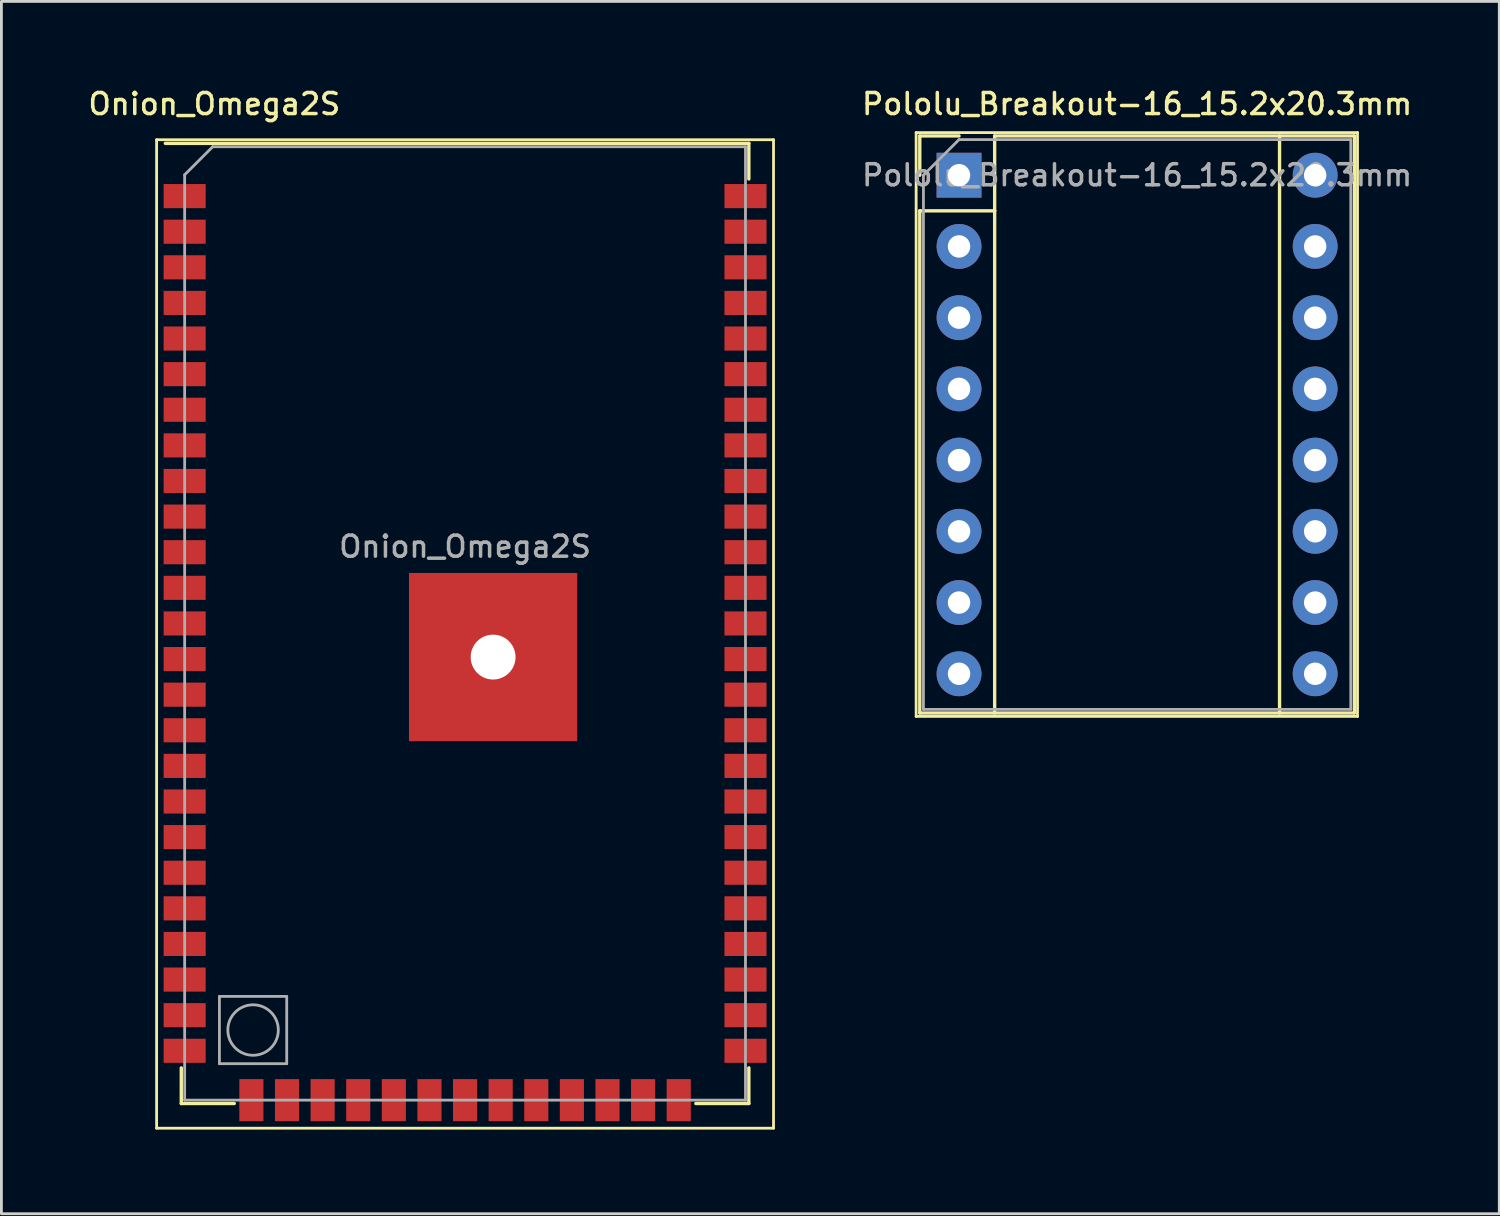
<source format=kicad_pcb>
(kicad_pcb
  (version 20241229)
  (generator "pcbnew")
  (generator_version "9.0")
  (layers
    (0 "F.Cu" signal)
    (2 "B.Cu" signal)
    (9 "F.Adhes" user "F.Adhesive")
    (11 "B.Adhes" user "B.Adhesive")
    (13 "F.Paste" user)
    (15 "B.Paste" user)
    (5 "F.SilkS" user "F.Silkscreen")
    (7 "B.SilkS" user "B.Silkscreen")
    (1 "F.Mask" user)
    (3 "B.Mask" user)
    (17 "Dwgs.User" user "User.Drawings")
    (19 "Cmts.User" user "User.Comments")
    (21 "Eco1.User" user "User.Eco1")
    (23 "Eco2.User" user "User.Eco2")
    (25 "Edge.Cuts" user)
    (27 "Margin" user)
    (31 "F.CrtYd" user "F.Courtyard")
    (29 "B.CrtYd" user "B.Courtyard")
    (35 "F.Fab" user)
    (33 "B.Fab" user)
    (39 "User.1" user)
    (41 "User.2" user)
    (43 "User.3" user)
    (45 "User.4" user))
  (footprint "Pololu_Breakout-16_15.2x20.3mm"
    (layer "F.Cu")
    (at 31.151 3.198)
    (property "Reference" "Pololu_Breakout-16_15.2x20.3mm" (at 6.35 -2.54 0) (layer "F.SilkS") (effects (font (size 0.75 0.75) (thickness 0.125))))
    (attr through_hole)
    (fp_line (start -1.53 -1.52) (end -1.53 19.3) (stroke (width 0.1) (type solid)) (layer "F.SilkS"))
    (fp_line (start -1.53 -1.52) (end 14.21 -1.52) (stroke (width 0.1) (type solid)) (layer "F.SilkS"))
    (fp_line (start -1.4 -1.4) (end -1.4 0) (stroke (width 0.12) (type solid)) (layer "F.SilkS"))
    (fp_line (start -1.4 1.27) (end -1.4 19.18) (stroke (width 0.12) (type solid)) (layer "F.SilkS"))
    (fp_line (start -1.4 19.18) (end 14.1 19.18) (stroke (width 0.12) (type solid)) (layer "F.SilkS"))
    (fp_line (start 0 -1.4) (end -1.4 -1.4) (stroke (width 0.12) (type solid)) (layer "F.SilkS"))
    (fp_line (start 1.27 -1.4) (end 1.27 1.27) (stroke (width 0.12) (type solid)) (layer "F.SilkS"))
    (fp_line (start 1.27 1.27) (end -1.4 1.27) (stroke (width 0.12) (type solid)) (layer "F.SilkS"))
    (fp_line (start 1.27 1.27) (end 1.27 19.18) (stroke (width 0.12) (type solid)) (layer "F.SilkS"))
    (fp_line (start 11.43 -1.4) (end 11.43 19.18) (stroke (width 0.12) (type solid)) (layer "F.SilkS"))
    (fp_line (start 14.1 -1.4) (end 1.27 -1.4) (stroke (width 0.12) (type solid)) (layer "F.SilkS"))
    (fp_line (start 14.1 19.18) (end 14.1 -1.4) (stroke (width 0.12) (type solid)) (layer "F.SilkS"))
    (fp_line (start 14.21 19.3) (end -1.53 19.3) (stroke (width 0.1) (type solid)) (layer "F.SilkS"))
    (fp_line (start 14.21 19.3) (end 14.21 -1.52) (stroke (width 0.1) (type solid)) (layer "F.SilkS"))
    (fp_line (start -1.27 0) (end 0 -1.27) (stroke (width 0.1) (type solid)) (layer "F.Fab"))
    (fp_line (start -1.27 19.05) (end -1.27 0) (stroke (width 0.1) (type solid)) (layer "F.Fab"))
    (fp_line (start 0 -1.27) (end 13.97 -1.27) (stroke (width 0.1) (type solid)) (layer "F.Fab"))
    (fp_line (start 13.97 -1.27) (end 13.97 19.05) (stroke (width 0.1) (type solid)) (layer "F.Fab"))
    (fp_line (start 13.97 19.05) (end -1.27 19.05) (stroke (width 0.1) (type solid)) (layer "F.Fab"))
    (fp_text user "${REFERENCE}" (at 6.35 0 0) (layer "F.Fab") (effects (font (size 0.75 0.75) (thickness 0.125))))
    (pad "1" thru_hole rect (at 0 0) (size 1.6 1.6) (drill 0.8) (layers "*.Cu" "*.Mask"))
    (pad "2" thru_hole oval (at 0 2.54) (size 1.6 1.6) (drill 0.8) (layers "*.Cu" "*.Mask"))
    (pad "3" thru_hole oval (at 0 5.08) (size 1.6 1.6) (drill 0.8) (layers "*.Cu" "*.Mask"))
    (pad "4" thru_hole oval (at 0 7.62) (size 1.6 1.6) (drill 0.8) (layers "*.Cu" "*.Mask"))
    (pad "5" thru_hole oval (at 0 10.16) (size 1.6 1.6) (drill 0.8) (layers "*.Cu" "*.Mask"))
    (pad "6" thru_hole oval (at 0 12.7) (size 1.6 1.6) (drill 0.8) (layers "*.Cu" "*.Mask"))
    (pad "7" thru_hole oval (at 0 15.24) (size 1.6 1.6) (drill 0.8) (layers "*.Cu" "*.Mask"))
    (pad "8" thru_hole oval (at 0 17.78) (size 1.6 1.6) (drill 0.8) (layers "*.Cu" "*.Mask"))
    (pad "9" thru_hole oval (at 12.7 17.78) (size 1.6 1.6) (drill 0.8) (layers "*.Cu" "*.Mask"))
    (pad "10" thru_hole oval (at 12.7 15.24) (size 1.6 1.6) (drill 0.8) (layers "*.Cu" "*.Mask"))
    (pad "11" thru_hole oval (at 12.7 12.7) (size 1.6 1.6) (drill 0.8) (layers "*.Cu" "*.Mask"))
    (pad "12" thru_hole oval (at 12.7 10.16) (size 1.6 1.6) (drill 0.8) (layers "*.Cu" "*.Mask"))
    (pad "13" thru_hole oval (at 12.7 7.62) (size 1.6 1.6) (drill 0.8) (layers "*.Cu" "*.Mask"))
    (pad "14" thru_hole oval (at 12.7 5.08) (size 1.6 1.6) (drill 0.8) (layers "*.Cu" "*.Mask"))
    (pad "15" thru_hole oval (at 12.7 2.54) (size 1.6 1.6) (drill 0.8) (layers "*.Cu" "*.Mask"))
    (pad "16" thru_hole oval (at 12.7 0) (size 1.6 1.6) (drill 0.8) (layers "*.Cu" "*.Mask")))
  (footprint "Onion_Omega2S"
    (layer "F.Cu")
    (at 13.535 19.183)
    (property "Reference" "Onion_Omega2S" (at -8.94 -18.525 0) (layer "F.SilkS") (effects (font (size 0.75 0.75) (thickness 0.125))))
    (attr smd)
    (fp_line (start -11 -17.25) (end -11 18) (stroke (width 0.1) (type solid)) (layer "F.SilkS"))
    (fp_line (start -11 18) (end 11 18) (stroke (width 0.1) (type solid)) (layer "F.SilkS"))
    (fp_line (start -10.12 15.85) (end -10.12 17.12) (stroke (width 0.12) (type solid)) (layer "F.SilkS"))
    (fp_line (start -10.12 17.12) (end -8.23 17.12) (stroke (width 0.12) (type solid)) (layer "F.SilkS"))
    (fp_line (start 8.23 17.12) (end 10.12 17.12) (stroke (width 0.12) (type solid)) (layer "F.SilkS"))
    (fp_line (start 10.12 -17.12) (end -10.69 -17.12) (stroke (width 0.12) (type solid)) (layer "F.SilkS"))
    (fp_line (start 10.12 -17.12) (end 10.12 -15.85) (stroke (width 0.12) (type solid)) (layer "F.SilkS"))
    (fp_line (start 10.12 15.85) (end 10.12 17.12) (stroke (width 0.12) (type solid)) (layer "F.SilkS"))
    (fp_line (start 11 -17.25) (end -11 -17.25) (stroke (width 0.1) (type solid)) (layer "F.SilkS"))
    (fp_line (start 11 18) (end 11 -17.25) (stroke (width 0.1) (type solid)) (layer "F.SilkS"))
    (fp_line (start -10 -16) (end -10 17) (stroke (width 0.1) (type solid)) (layer "F.Fab"))
    (fp_line (start -10 -16) (end -9 -17) (stroke (width 0.1) (type solid)) (layer "F.Fab"))
    (fp_line (start -10 17) (end 10 17) (stroke (width 0.1) (type solid)) (layer "F.Fab"))
    (fp_line (start -8.76 13.3) (end -8.76 15.7) (stroke (width 0.1) (type solid)) (layer "F.Fab"))
    (fp_line (start -8.76 15.7) (end -6.36 15.7) (stroke (width 0.1) (type solid)) (layer "F.Fab"))
    (fp_line (start -6.36 13.3) (end -8.76 13.3) (stroke (width 0.1) (type solid)) (layer "F.Fab"))
    (fp_line (start -6.36 15.7) (end -6.36 13.3) (stroke (width 0.1) (type solid)) (layer "F.Fab"))
    (fp_line (start 10 -17) (end -9 -17) (stroke (width 0.1) (type solid)) (layer "F.Fab"))
    (fp_line (start 10 17) (end 10 -17) (stroke (width 0.1) (type solid)) (layer "F.Fab"))
    (fp_circle (center -7.56 14.5) (end -6.66 14.5) (stroke (width 0.1) (type solid)) (fill no) (layer "F.Fab"))
    (fp_text user "${REFERENCE}" (at 0 -2.74 0) (layer "F.Fab") (effects (font (size 0.75 0.75) (thickness 0.125))))
    (pad "" smd roundrect (at -1.333 -1.123) (size 0.75 0.75) (layers "F.Paste") (roundrect_rratio 0.25))
    (pad "" smd roundrect (at -1.333 0.041) (size 0.75 0.75) (layers "F.Paste") (roundrect_rratio 0.25))
    (pad "" smd roundrect (at -1.333 1.205) (size 0.75 0.75) (layers "F.Paste") (roundrect_rratio 0.25))
    (pad "" smd roundrect (at -1.333 2.369) (size 0.75 0.75) (layers "F.Paste") (roundrect_rratio 0.25))
    (pad "" smd roundrect (at -1.333 3.533) (size 0.75 0.75) (layers "F.Paste") (roundrect_rratio 0.25))
    (pad "" smd roundrect (at -0.167 -1.123) (size 0.75 0.75) (layers "F.Paste") (roundrect_rratio 0.25))
    (pad "" smd roundrect (at -0.167 0.041) (size 0.75 0.75) (layers "F.Paste") (roundrect_rratio 0.25))
    (pad "" smd roundrect (at -0.167 1.205) (size 0.75 0.75) (layers "F.Paste") (roundrect_rratio 0.25))
    (pad "" smd roundrect (at -0.167 2.369) (size 0.75 0.75) (layers "F.Paste") (roundrect_rratio 0.25))
    (pad "" smd roundrect (at -0.167 3.533) (size 0.75 0.75) (layers "F.Paste") (roundrect_rratio 0.25))
    (pad "" smd roundrect (at 0.999 -1.123) (size 0.75 0.75) (layers "F.Paste") (roundrect_rratio 0.25))
    (pad "" smd roundrect (at 0.999 0.041) (size 0.75 0.75) (layers "F.Paste") (roundrect_rratio 0.25))
    (pad "" smd roundrect (at 0.999 1.205) (size 0.75 0.75) (layers "F.Paste") (roundrect_rratio 0.25))
    (pad "" smd roundrect (at 0.999 2.369) (size 0.75 0.75) (layers "F.Paste") (roundrect_rratio 0.25))
    (pad "" smd roundrect (at 0.999 3.533) (size 0.75 0.75) (layers "F.Paste") (roundrect_rratio 0.25))
    (pad "" np_thru_hole circle (at 1 1.2) (size 1.6 1.6) (drill 1.6) (layers "*.Cu" "*.Mask"))
    (pad "" smd roundrect (at 2.164 -1.123) (size 0.75 0.75) (layers "F.Paste") (roundrect_rratio 0.25))
    (pad "" smd roundrect (at 2.164 0.041) (size 0.75 0.75) (layers "F.Paste") (roundrect_rratio 0.25))
    (pad "" smd roundrect (at 2.164 1.205) (size 0.75 0.75) (layers "F.Paste") (roundrect_rratio 0.25))
    (pad "" smd roundrect (at 2.164 2.369) (size 0.75 0.75) (layers "F.Paste") (roundrect_rratio 0.25))
    (pad "" smd roundrect (at 2.164 3.533) (size 0.75 0.75) (layers "F.Paste") (roundrect_rratio 0.25))
    (pad "" smd roundrect (at 3.33 -1.123) (size 0.75 0.75) (layers "F.Paste") (roundrect_rratio 0.25))
    (pad "" smd roundrect (at 3.33 0.041) (size 0.75 0.75) (layers "F.Paste") (roundrect_rratio 0.25))
    (pad "" smd roundrect (at 3.33 1.205) (size 0.75 0.75) (layers "F.Paste") (roundrect_rratio 0.25))
    (pad "" smd roundrect (at 3.33 2.369) (size 0.75 0.75) (layers "F.Paste") (roundrect_rratio 0.25))
    (pad "" smd roundrect (at 3.33 3.533) (size 0.75 0.75) (layers "F.Paste") (roundrect_rratio 0.25))
    (pad "1" smd rect (at -10 -15.24) (size 1.5 0.86) (layers "F.Cu" "F.Mask" "F.Paste"))
    (pad "2" smd rect (at -10 -13.97) (size 1.5 0.86) (layers "F.Cu" "F.Mask" "F.Paste"))
    (pad "3" smd rect (at -10 -12.7) (size 1.5 0.86) (layers "F.Cu" "F.Mask" "F.Paste"))
    (pad "4" smd rect (at -10 -11.43) (size 1.5 0.86) (layers "F.Cu" "F.Mask" "F.Paste"))
    (pad "5" smd rect (at -10 -10.16) (size 1.5 0.86) (layers "F.Cu" "F.Mask" "F.Paste"))
    (pad "6" smd rect (at -10 -8.89) (size 1.5 0.86) (layers "F.Cu" "F.Mask" "F.Paste"))
    (pad "7" smd rect (at -10 -7.62) (size 1.5 0.86) (layers "F.Cu" "F.Mask" "F.Paste"))
    (pad "8" smd rect (at -10 -6.35) (size 1.5 0.86) (layers "F.Cu" "F.Mask" "F.Paste"))
    (pad "9" smd rect (at -10 -5.08) (size 1.5 0.86) (layers "F.Cu" "F.Mask" "F.Paste"))
    (pad "10" smd rect (at -10 -3.81) (size 1.5 0.86) (layers "F.Cu" "F.Mask" "F.Paste"))
    (pad "11" smd rect (at -10 -2.54) (size 1.5 0.86) (layers "F.Cu" "F.Mask" "F.Paste"))
    (pad "12" smd rect (at -10 -1.27) (size 1.5 0.86) (layers "F.Cu" "F.Mask" "F.Paste"))
    (pad "13" smd rect (at -10 0) (size 1.5 0.86) (layers "F.Cu" "F.Mask" "F.Paste"))
    (pad "14" smd rect (at -10 1.27) (size 1.5 0.86) (layers "F.Cu" "F.Mask" "F.Paste"))
    (pad "15" smd rect (at -10 2.54) (size 1.5 0.86) (layers "F.Cu" "F.Mask" "F.Paste"))
    (pad "16" smd rect (at -10 3.81) (size 1.5 0.86) (layers "F.Cu" "F.Mask" "F.Paste"))
    (pad "17" smd rect (at -10 5.08) (size 1.5 0.86) (layers "F.Cu" "F.Mask" "F.Paste"))
    (pad "18" smd rect (at -10 6.35) (size 1.5 0.86) (layers "F.Cu" "F.Mask" "F.Paste"))
    (pad "19" smd rect (at -10 7.62) (size 1.5 0.86) (layers "F.Cu" "F.Mask" "F.Paste"))
    (pad "20" smd rect (at -10 8.89) (size 1.5 0.86) (layers "F.Cu" "F.Mask" "F.Paste"))
    (pad "21" smd rect (at -10 10.16) (size 1.5 0.86) (layers "F.Cu" "F.Mask" "F.Paste"))
    (pad "22" smd rect (at -10 11.43) (size 1.5 0.86) (layers "F.Cu" "F.Mask" "F.Paste"))
    (pad "23" smd rect (at -10 12.7) (size 1.5 0.86) (layers "F.Cu" "F.Mask" "F.Paste"))
    (pad "24" smd rect (at -10 13.97) (size 1.5 0.86) (layers "F.Cu" "F.Mask" "F.Paste"))
    (pad "25" smd rect (at -10 15.24) (size 1.5 0.86) (layers "F.Cu" "F.Mask" "F.Paste"))
    (pad "26" smd rect (at -7.62 17) (size 0.86 1.5) (layers "F.Cu" "F.Mask" "F.Paste"))
    (pad "27" smd rect (at -6.35 17) (size 0.86 1.5) (layers "F.Cu" "F.Mask" "F.Paste"))
    (pad "28" smd rect (at -5.08 17) (size 0.86 1.5) (layers "F.Cu" "F.Mask" "F.Paste"))
    (pad "29" smd rect (at -3.81 17) (size 0.86 1.5) (layers "F.Cu" "F.Mask" "F.Paste"))
    (pad "30" smd rect (at -2.54 17) (size 0.86 1.5) (layers "F.Cu" "F.Mask" "F.Paste"))
    (pad "31" smd rect (at -1.27 17) (size 0.86 1.5) (layers "F.Cu" "F.Mask" "F.Paste"))
    (pad "32" smd rect (at 0 17) (size 0.86 1.5) (layers "F.Cu" "F.Mask" "F.Paste"))
    (pad "33" smd rect (at 1.27 17) (size 0.86 1.5) (layers "F.Cu" "F.Mask" "F.Paste"))
    (pad "34" smd rect (at 2.54 17) (size 0.86 1.5) (layers "F.Cu" "F.Mask" "F.Paste"))
    (pad "35" smd rect (at 3.81 17) (size 0.86 1.5) (layers "F.Cu" "F.Mask" "F.Paste"))
    (pad "36" smd rect (at 5.08 17) (size 0.86 1.5) (layers "F.Cu" "F.Mask" "F.Paste"))
    (pad "37" smd rect (at 6.35 17) (size 0.86 1.5) (layers "F.Cu" "F.Mask" "F.Paste"))
    (pad "38" smd rect (at 7.62 17) (size 0.86 1.5) (layers "F.Cu" "F.Mask" "F.Paste"))
    (pad "39" smd rect (at 10 15.24) (size 1.5 0.86) (layers "F.Cu" "F.Mask" "F.Paste"))
    (pad "40" smd rect (at 10 13.97) (size 1.5 0.86) (layers "F.Cu" "F.Mask" "F.Paste"))
    (pad "41" smd rect (at 10 12.7) (size 1.5 0.86) (layers "F.Cu" "F.Mask" "F.Paste"))
    (pad "42" smd rect (at 10 11.43) (size 1.5 0.86) (layers "F.Cu" "F.Mask" "F.Paste"))
    (pad "43" smd rect (at 10 10.16) (size 1.5 0.86) (layers "F.Cu" "F.Mask" "F.Paste"))
    (pad "44" smd rect (at 10 8.89) (size 1.5 0.86) (layers "F.Cu" "F.Mask" "F.Paste"))
    (pad "45" smd rect (at 10 7.62) (size 1.5 0.86) (layers "F.Cu" "F.Mask" "F.Paste"))
    (pad "46" smd rect (at 10 6.35) (size 1.5 0.86) (layers "F.Cu" "F.Mask" "F.Paste"))
    (pad "47" smd rect (at 10 5.08) (size 1.5 0.86) (layers "F.Cu" "F.Mask" "F.Paste"))
    (pad "48" smd rect (at 10 3.81) (size 1.5 0.86) (layers "F.Cu" "F.Mask" "F.Paste"))
    (pad "49" smd rect (at 10 2.54) (size 1.5 0.86) (layers "F.Cu" "F.Mask" "F.Paste"))
    (pad "50" smd rect (at 10 1.27) (size 1.5 0.86) (layers "F.Cu" "F.Mask" "F.Paste"))
    (pad "51" smd rect (at 10 0) (size 1.5 0.86) (layers "F.Cu" "F.Mask" "F.Paste"))
    (pad "52" smd rect (at 10 -1.27) (size 1.5 0.86) (layers "F.Cu" "F.Mask" "F.Paste"))
    (pad "53" smd rect (at 10 -2.54) (size 1.5 0.86) (layers "F.Cu" "F.Mask" "F.Paste"))
    (pad "54" smd rect (at 10 -3.81) (size 1.5 0.86) (layers "F.Cu" "F.Mask" "F.Paste"))
    (pad "55" smd rect (at 10 -5.08) (size 1.5 0.86) (layers "F.Cu" "F.Mask" "F.Paste"))
    (pad "56" smd rect (at 10 -6.35) (size 1.5 0.86) (layers "F.Cu" "F.Mask" "F.Paste"))
    (pad "57" smd rect (at 10 -7.62) (size 1.5 0.86) (layers "F.Cu" "F.Mask" "F.Paste"))
    (pad "58" smd rect (at 10 -8.89) (size 1.5 0.86) (layers "F.Cu" "F.Mask" "F.Paste"))
    (pad "59" smd rect (at 10 -10.16) (size 1.5 0.86) (layers "F.Cu" "F.Mask" "F.Paste"))
    (pad "60" smd rect (at 10 -11.43) (size 1.5 0.86) (layers "F.Cu" "F.Mask" "F.Paste"))
    (pad "61" smd rect (at 10 -12.7) (size 1.5 0.86) (layers "F.Cu" "F.Mask" "F.Paste"))
    (pad "62" smd rect (at 10 -13.97) (size 1.5 0.86) (layers "F.Cu" "F.Mask" "F.Paste"))
    (pad "63" smd rect (at 10 -15.24) (size 1.5 0.86) (layers "F.Cu" "F.Mask" "F.Paste"))
    (pad "64" smd rect (at 1 1.2) (size 6 6) (layers "F.Cu" "F.Mask")))
  (gr_rect
    (start -3 -3)
    (end 50.417 40.233)
    (stroke (width 0.1) (type default))
    (fill no)
    (layer "Edge.Cuts")))
</source>
